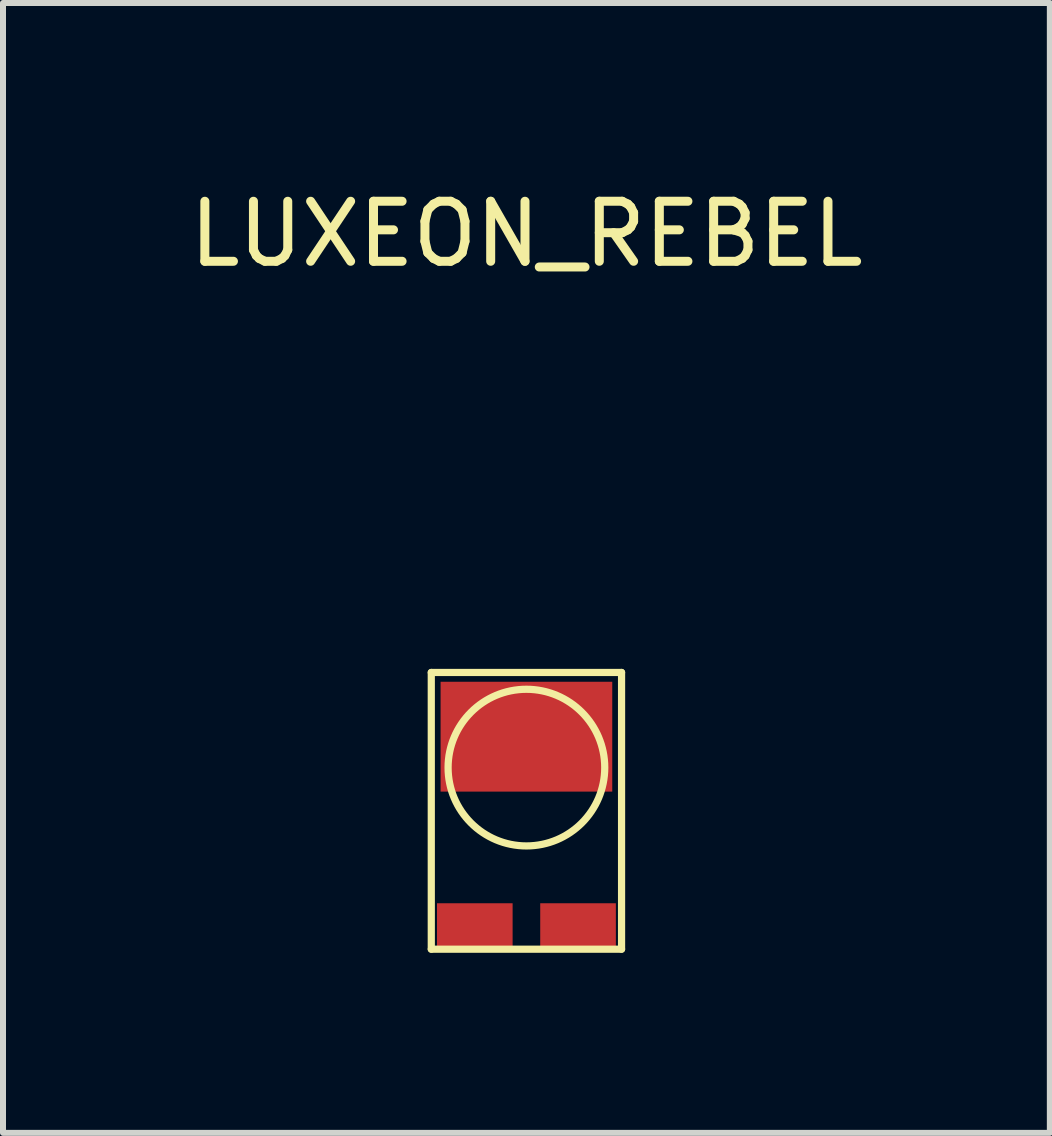
<source format=kicad_pcb>
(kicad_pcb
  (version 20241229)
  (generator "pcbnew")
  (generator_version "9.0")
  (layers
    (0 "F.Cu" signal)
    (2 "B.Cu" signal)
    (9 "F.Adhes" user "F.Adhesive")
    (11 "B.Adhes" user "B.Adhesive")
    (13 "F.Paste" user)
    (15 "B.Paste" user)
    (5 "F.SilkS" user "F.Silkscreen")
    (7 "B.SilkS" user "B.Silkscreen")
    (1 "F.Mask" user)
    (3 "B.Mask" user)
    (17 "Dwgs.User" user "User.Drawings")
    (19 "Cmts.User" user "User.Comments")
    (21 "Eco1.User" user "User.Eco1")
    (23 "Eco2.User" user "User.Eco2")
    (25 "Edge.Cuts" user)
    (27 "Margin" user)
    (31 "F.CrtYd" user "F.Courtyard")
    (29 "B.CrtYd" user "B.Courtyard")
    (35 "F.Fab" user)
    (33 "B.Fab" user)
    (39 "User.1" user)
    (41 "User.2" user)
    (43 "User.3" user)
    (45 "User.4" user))
  (footprint "LUXEON_REBEL"
    (layer "F.Cu")
    (at 5.72 9.738)
    (property "Reference" "LUXEON_REBEL" (at 0 -8.89 0) (layer "F.SilkS") (effects (font (size 1 1) (thickness 0.15))))
    (attr through_hole)
    (fp_line (start -1.585 -1.585) (end -1.585 3.025) (stroke (width 0.12) (type solid)) (layer "F.SilkS"))
    (fp_line (start -1.585 3.025) (end 1.585 3.025) (stroke (width 0.12) (type solid)) (layer "F.SilkS"))
    (fp_line (start 1.585 -1.585) (end -1.585 -1.585) (stroke (width 0.12) (type solid)) (layer "F.SilkS"))
    (fp_line (start 1.585 3.025) (end 1.585 -1.585) (stroke (width 0.12) (type solid)) (layer "F.SilkS"))
    (fp_circle (center 0 0) (end 1.305 0) (stroke (width 0.12) (type solid)) (fill no) (layer "F.SilkS"))
    (pad "1" smd rect (at -0.23 2.26) (size 1.26 0.73) (drill (offset -0.63 0.365)) (layers "F.Cu" "F.Mask" "F.Paste"))
    (pad "2" smd rect (at 0.23 2.26) (size 1.26 0.73) (drill (offset 0.63 0.365)) (layers "F.Cu" "F.Mask" "F.Paste"))
    (pad "3" smd rect (at 0 0.4) (size 2.86 1.83) (drill (offset 0 -0.915)) (layers "F.Cu" "F.Mask" "F.Paste")))
  (gr_rect
    (start -3 -3)
    (end 14.44 15.823)
    (stroke (width 0.1) (type default))
    (fill no)
    (layer "Edge.Cuts")))
</source>
